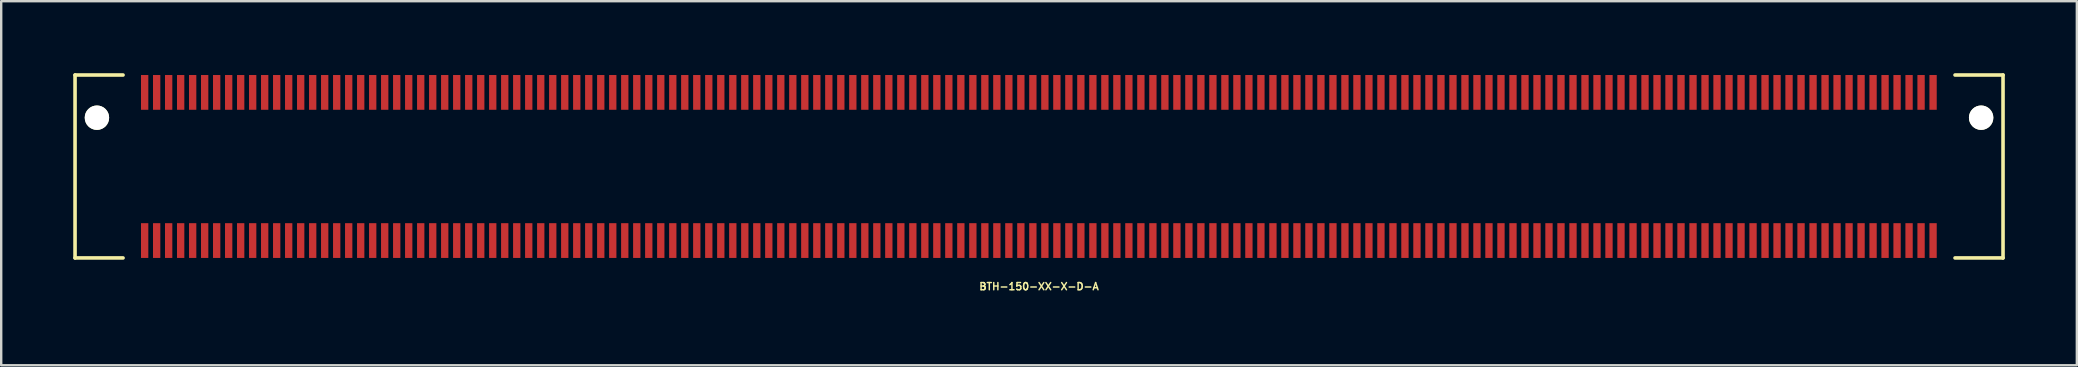
<source format=kicad_pcb>
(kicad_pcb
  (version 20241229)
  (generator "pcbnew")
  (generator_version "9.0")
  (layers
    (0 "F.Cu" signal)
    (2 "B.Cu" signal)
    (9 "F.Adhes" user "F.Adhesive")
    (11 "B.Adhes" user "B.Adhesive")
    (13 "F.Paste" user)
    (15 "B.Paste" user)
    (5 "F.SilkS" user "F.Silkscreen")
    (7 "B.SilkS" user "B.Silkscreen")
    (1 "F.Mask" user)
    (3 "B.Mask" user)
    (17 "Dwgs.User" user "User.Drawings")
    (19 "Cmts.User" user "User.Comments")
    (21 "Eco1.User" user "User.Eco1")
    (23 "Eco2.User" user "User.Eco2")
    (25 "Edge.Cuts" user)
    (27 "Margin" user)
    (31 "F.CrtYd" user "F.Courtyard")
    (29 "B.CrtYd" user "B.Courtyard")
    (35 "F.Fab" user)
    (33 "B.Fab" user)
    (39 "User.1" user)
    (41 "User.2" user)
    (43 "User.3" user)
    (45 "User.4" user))
  (footprint "BTH-150-XX-X-D-A"
    (layer "F.Cu")
    (at 40.233 3.885)
    (property "Reference" "BTH-150-XX-X-D-A" (at 0 5 0) (layer "F.SilkS") (effects (font (size 0.3 0.3) (thickness 0.061))))
    (attr smd)
    (fp_line (start -40.157 -3.81) (end -40.157 3.81) (stroke (width 0.15) (type solid)) (layer "F.SilkS"))
    (fp_line (start -40.157 3.81) (end -38.157 3.81) (stroke (width 0.15) (type solid)) (layer "F.SilkS"))
    (fp_line (start -38.157 -3.81) (end -40.157 -3.81) (stroke (width 0.15) (type solid)) (layer "F.SilkS"))
    (fp_line (start 38.157 -3.81) (end 40.157 -3.81) (stroke (width 0.15) (type solid)) (layer "F.SilkS"))
    (fp_line (start 40.157 -3.81) (end 40.157 3.81) (stroke (width 0.15) (type solid)) (layer "F.SilkS"))
    (fp_line (start 40.157 3.81) (end 38.157 3.81) (stroke (width 0.15) (type solid)) (layer "F.SilkS"))
    (pad "" np_thru_hole circle (at -39.245 -2.032) (size 1.016 1.016) (drill 1.016) (layers "*.Cu" "*.Mask" "F.SilkS"))
    (pad "" np_thru_hole circle (at 39.245 -2.032) (size 1.016 1.016) (drill 1.016) (layers "*.Cu" "*.Mask" "F.SilkS"))
    (pad "1" smd rect (at -37.257 -3.086) (size 0.305 1.448) (layers "F.Cu" "F.Mask" "F.Paste"))
    (pad "2" smd rect (at -37.257 3.086) (size 0.305 1.448) (layers "F.Cu" "F.Mask" "F.Paste"))
    (pad "3" smd rect (at -36.757 -3.086) (size 0.305 1.448) (layers "F.Cu" "F.Mask" "F.Paste"))
    (pad "4" smd rect (at -36.757 3.086) (size 0.305 1.448) (layers "F.Cu" "F.Mask" "F.Paste"))
    (pad "5" smd rect (at -36.257 -3.086) (size 0.305 1.448) (layers "F.Cu" "F.Mask" "F.Paste"))
    (pad "6" smd rect (at -36.257 3.086) (size 0.305 1.448) (layers "F.Cu" "F.Mask" "F.Paste"))
    (pad "7" smd rect (at -35.757 -3.086) (size 0.305 1.448) (layers "F.Cu" "F.Mask" "F.Paste"))
    (pad "8" smd rect (at -35.757 3.086) (size 0.305 1.448) (layers "F.Cu" "F.Mask" "F.Paste"))
    (pad "9" smd rect (at -35.257 -3.086) (size 0.305 1.448) (layers "F.Cu" "F.Mask" "F.Paste"))
    (pad "10" smd rect (at -35.257 3.086) (size 0.305 1.448) (layers "F.Cu" "F.Mask" "F.Paste"))
    (pad "11" smd rect (at -34.757 -3.086) (size 0.305 1.448) (layers "F.Cu" "F.Mask" "F.Paste"))
    (pad "12" smd rect (at -34.757 3.086) (size 0.305 1.448) (layers "F.Cu" "F.Mask" "F.Paste"))
    (pad "13" smd rect (at -34.257 -3.086) (size 0.305 1.448) (layers "F.Cu" "F.Mask" "F.Paste"))
    (pad "14" smd rect (at -34.257 3.086) (size 0.305 1.448) (layers "F.Cu" "F.Mask" "F.Paste"))
    (pad "15" smd rect (at -33.757 -3.086) (size 0.305 1.448) (layers "F.Cu" "F.Mask" "F.Paste"))
    (pad "16" smd rect (at -33.757 3.086) (size 0.305 1.448) (layers "F.Cu" "F.Mask" "F.Paste"))
    (pad "17" smd rect (at -33.257 -3.086) (size 0.305 1.448) (layers "F.Cu" "F.Mask" "F.Paste"))
    (pad "18" smd rect (at -33.257 3.086) (size 0.305 1.448) (layers "F.Cu" "F.Mask" "F.Paste"))
    (pad "19" smd rect (at -32.757 -3.086) (size 0.305 1.448) (layers "F.Cu" "F.Mask" "F.Paste"))
    (pad "20" smd rect (at -32.757 3.086) (size 0.305 1.448) (layers "F.Cu" "F.Mask" "F.Paste"))
    (pad "21" smd rect (at -32.257 -3.086) (size 0.305 1.448) (layers "F.Cu" "F.Mask" "F.Paste"))
    (pad "22" smd rect (at -32.257 3.086) (size 0.305 1.448) (layers "F.Cu" "F.Mask" "F.Paste"))
    (pad "23" smd rect (at -31.757 -3.086) (size 0.305 1.448) (layers "F.Cu" "F.Mask" "F.Paste"))
    (pad "24" smd rect (at -31.757 3.086) (size 0.305 1.448) (layers "F.Cu" "F.Mask" "F.Paste"))
    (pad "25" smd rect (at -31.257 -3.086) (size 0.305 1.448) (layers "F.Cu" "F.Mask" "F.Paste"))
    (pad "26" smd rect (at -31.257 3.086) (size 0.305 1.448) (layers "F.Cu" "F.Mask" "F.Paste"))
    (pad "27" smd rect (at -30.757 -3.086) (size 0.305 1.448) (layers "F.Cu" "F.Mask" "F.Paste"))
    (pad "28" smd rect (at -30.757 3.086) (size 0.305 1.448) (layers "F.Cu" "F.Mask" "F.Paste"))
    (pad "29" smd rect (at -30.257 -3.086) (size 0.305 1.448) (layers "F.Cu" "F.Mask" "F.Paste"))
    (pad "30" smd rect (at -30.257 3.086) (size 0.305 1.448) (layers "F.Cu" "F.Mask" "F.Paste"))
    (pad "31" smd rect (at -29.757 -3.086) (size 0.305 1.448) (layers "F.Cu" "F.Mask" "F.Paste"))
    (pad "32" smd rect (at -29.757 3.086) (size 0.305 1.448) (layers "F.Cu" "F.Mask" "F.Paste"))
    (pad "33" smd rect (at -29.257 -3.086) (size 0.305 1.448) (layers "F.Cu" "F.Mask" "F.Paste"))
    (pad "34" smd rect (at -29.257 3.086) (size 0.305 1.448) (layers "F.Cu" "F.Mask" "F.Paste"))
    (pad "35" smd rect (at -28.757 -3.086) (size 0.305 1.448) (layers "F.Cu" "F.Mask" "F.Paste"))
    (pad "36" smd rect (at -28.757 3.086) (size 0.305 1.448) (layers "F.Cu" "F.Mask" "F.Paste"))
    (pad "37" smd rect (at -28.257 -3.086) (size 0.305 1.448) (layers "F.Cu" "F.Mask" "F.Paste"))
    (pad "38" smd rect (at -28.257 3.086) (size 0.305 1.448) (layers "F.Cu" "F.Mask" "F.Paste"))
    (pad "39" smd rect (at -27.757 -3.086) (size 0.305 1.448) (layers "F.Cu" "F.Mask" "F.Paste"))
    (pad "40" smd rect (at -27.757 3.086) (size 0.305 1.448) (layers "F.Cu" "F.Mask" "F.Paste"))
    (pad "41" smd rect (at -27.257 -3.086) (size 0.305 1.448) (layers "F.Cu" "F.Mask" "F.Paste"))
    (pad "42" smd rect (at -27.257 3.086) (size 0.305 1.448) (layers "F.Cu" "F.Mask" "F.Paste"))
    (pad "43" smd rect (at -26.757 -3.086) (size 0.305 1.448) (layers "F.Cu" "F.Mask" "F.Paste"))
    (pad "44" smd rect (at -26.757 3.086) (size 0.305 1.448) (layers "F.Cu" "F.Mask" "F.Paste"))
    (pad "45" smd rect (at -26.257 -3.086) (size 0.305 1.448) (layers "F.Cu" "F.Mask" "F.Paste"))
    (pad "46" smd rect (at -26.257 3.086) (size 0.305 1.448) (layers "F.Cu" "F.Mask" "F.Paste"))
    (pad "47" smd rect (at -25.757 -3.086) (size 0.305 1.448) (layers "F.Cu" "F.Mask" "F.Paste"))
    (pad "48" smd rect (at -25.757 3.086) (size 0.305 1.448) (layers "F.Cu" "F.Mask" "F.Paste"))
    (pad "49" smd rect (at -25.257 -3.086) (size 0.305 1.448) (layers "F.Cu" "F.Mask" "F.Paste"))
    (pad "50" smd rect (at -25.257 3.086) (size 0.305 1.448) (layers "F.Cu" "F.Mask" "F.Paste"))
    (pad "51" smd rect (at -24.757 -3.086) (size 0.305 1.448) (layers "F.Cu" "F.Mask" "F.Paste"))
    (pad "52" smd rect (at -24.757 3.086) (size 0.305 1.448) (layers "F.Cu" "F.Mask" "F.Paste"))
    (pad "53" smd rect (at -24.257 -3.086) (size 0.305 1.448) (layers "F.Cu" "F.Mask" "F.Paste"))
    (pad "54" smd rect (at -24.257 3.086) (size 0.305 1.448) (layers "F.Cu" "F.Mask" "F.Paste"))
    (pad "55" smd rect (at -23.757 -3.086) (size 0.305 1.448) (layers "F.Cu" "F.Mask" "F.Paste"))
    (pad "56" smd rect (at -23.757 3.086) (size 0.305 1.448) (layers "F.Cu" "F.Mask" "F.Paste"))
    (pad "57" smd rect (at -23.257 -3.086) (size 0.305 1.448) (layers "F.Cu" "F.Mask" "F.Paste"))
    (pad "58" smd rect (at -23.257 3.086) (size 0.305 1.448) (layers "F.Cu" "F.Mask" "F.Paste"))
    (pad "59" smd rect (at -22.757 -3.086) (size 0.305 1.448) (layers "F.Cu" "F.Mask" "F.Paste"))
    (pad "60" smd rect (at -22.757 3.086) (size 0.305 1.448) (layers "F.Cu" "F.Mask" "F.Paste"))
    (pad "61" smd rect (at -22.257 -3.086) (size 0.305 1.448) (layers "F.Cu" "F.Mask" "F.Paste"))
    (pad "62" smd rect (at -22.257 3.086) (size 0.305 1.448) (layers "F.Cu" "F.Mask" "F.Paste"))
    (pad "63" smd rect (at -21.757 -3.086) (size 0.305 1.448) (layers "F.Cu" "F.Mask" "F.Paste"))
    (pad "64" smd rect (at -21.757 3.086) (size 0.305 1.448) (layers "F.Cu" "F.Mask" "F.Paste"))
    (pad "65" smd rect (at -21.257 -3.086) (size 0.305 1.448) (layers "F.Cu" "F.Mask" "F.Paste"))
    (pad "66" smd rect (at -21.257 3.086) (size 0.305 1.448) (layers "F.Cu" "F.Mask" "F.Paste"))
    (pad "67" smd rect (at -20.757 -3.086) (size 0.305 1.448) (layers "F.Cu" "F.Mask" "F.Paste"))
    (pad "68" smd rect (at -20.757 3.086) (size 0.305 1.448) (layers "F.Cu" "F.Mask" "F.Paste"))
    (pad "69" smd rect (at -20.257 -3.086) (size 0.305 1.448) (layers "F.Cu" "F.Mask" "F.Paste"))
    (pad "70" smd rect (at -20.257 3.086) (size 0.305 1.448) (layers "F.Cu" "F.Mask" "F.Paste"))
    (pad "71" smd rect (at -19.757 -3.086) (size 0.305 1.448) (layers "F.Cu" "F.Mask" "F.Paste"))
    (pad "72" smd rect (at -19.757 3.086) (size 0.305 1.448) (layers "F.Cu" "F.Mask" "F.Paste"))
    (pad "73" smd rect (at -19.257 -3.086) (size 0.305 1.448) (layers "F.Cu" "F.Mask" "F.Paste"))
    (pad "74" smd rect (at -19.257 3.086) (size 0.305 1.448) (layers "F.Cu" "F.Mask" "F.Paste"))
    (pad "75" smd rect (at -18.757 -3.086) (size 0.305 1.448) (layers "F.Cu" "F.Mask" "F.Paste"))
    (pad "76" smd rect (at -18.757 3.086) (size 0.305 1.448) (layers "F.Cu" "F.Mask" "F.Paste"))
    (pad "77" smd rect (at -18.257 -3.086) (size 0.305 1.448) (layers "F.Cu" "F.Mask" "F.Paste"))
    (pad "78" smd rect (at -18.257 3.086) (size 0.305 1.448) (layers "F.Cu" "F.Mask" "F.Paste"))
    (pad "79" smd rect (at -17.757 -3.086) (size 0.305 1.448) (layers "F.Cu" "F.Mask" "F.Paste"))
    (pad "80" smd rect (at -17.757 3.086) (size 0.305 1.448) (layers "F.Cu" "F.Mask" "F.Paste"))
    (pad "81" smd rect (at -17.257 -3.086) (size 0.305 1.448) (layers "F.Cu" "F.Mask" "F.Paste"))
    (pad "82" smd rect (at -17.257 3.086) (size 0.305 1.448) (layers "F.Cu" "F.Mask" "F.Paste"))
    (pad "83" smd rect (at -16.757 -3.086) (size 0.305 1.448) (layers "F.Cu" "F.Mask" "F.Paste"))
    (pad "84" smd rect (at -16.757 3.086) (size 0.305 1.448) (layers "F.Cu" "F.Mask" "F.Paste"))
    (pad "85" smd rect (at -16.257 -3.086) (size 0.305 1.448) (layers "F.Cu" "F.Mask" "F.Paste"))
    (pad "86" smd rect (at -16.257 3.086) (size 0.305 1.448) (layers "F.Cu" "F.Mask" "F.Paste"))
    (pad "87" smd rect (at -15.757 -3.086) (size 0.305 1.448) (layers "F.Cu" "F.Mask" "F.Paste"))
    (pad "88" smd rect (at -15.757 3.086) (size 0.305 1.448) (layers "F.Cu" "F.Mask" "F.Paste"))
    (pad "89" smd rect (at -15.257 -3.086) (size 0.305 1.448) (layers "F.Cu" "F.Mask" "F.Paste"))
    (pad "90" smd rect (at -15.257 3.086) (size 0.305 1.448) (layers "F.Cu" "F.Mask" "F.Paste"))
    (pad "91" smd rect (at -14.757 -3.086) (size 0.305 1.448) (layers "F.Cu" "F.Mask" "F.Paste"))
    (pad "92" smd rect (at -14.757 3.086) (size 0.305 1.448) (layers "F.Cu" "F.Mask" "F.Paste"))
    (pad "93" smd rect (at -14.257 -3.086) (size 0.305 1.448) (layers "F.Cu" "F.Mask" "F.Paste"))
    (pad "94" smd rect (at -14.257 3.086) (size 0.305 1.448) (layers "F.Cu" "F.Mask" "F.Paste"))
    (pad "95" smd rect (at -13.757 -3.086) (size 0.305 1.448) (layers "F.Cu" "F.Mask" "F.Paste"))
    (pad "96" smd rect (at -13.757 3.086) (size 0.305 1.448) (layers "F.Cu" "F.Mask" "F.Paste"))
    (pad "97" smd rect (at -13.257 -3.086) (size 0.305 1.448) (layers "F.Cu" "F.Mask" "F.Paste"))
    (pad "98" smd rect (at -13.257 3.086) (size 0.305 1.448) (layers "F.Cu" "F.Mask" "F.Paste"))
    (pad "99" smd rect (at -12.757 -3.086) (size 0.305 1.448) (layers "F.Cu" "F.Mask" "F.Paste"))
    (pad "100" smd rect (at -12.757 3.086) (size 0.305 1.448) (layers "F.Cu" "F.Mask" "F.Paste"))
    (pad "101" smd rect (at -12.257 -3.086) (size 0.305 1.448) (layers "F.Cu" "F.Mask" "F.Paste"))
    (pad "102" smd rect (at -12.257 3.086) (size 0.305 1.448) (layers "F.Cu" "F.Mask" "F.Paste"))
    (pad "103" smd rect (at -11.757 -3.086) (size 0.305 1.448) (layers "F.Cu" "F.Mask" "F.Paste"))
    (pad "104" smd rect (at -11.757 3.086) (size 0.305 1.448) (layers "F.Cu" "F.Mask" "F.Paste"))
    (pad "105" smd rect (at -11.257 -3.086) (size 0.305 1.448) (layers "F.Cu" "F.Mask" "F.Paste"))
    (pad "106" smd rect (at -11.257 3.086) (size 0.305 1.448) (layers "F.Cu" "F.Mask" "F.Paste"))
    (pad "107" smd rect (at -10.757 -3.086) (size 0.305 1.448) (layers "F.Cu" "F.Mask" "F.Paste"))
    (pad "108" smd rect (at -10.757 3.086) (size 0.305 1.448) (layers "F.Cu" "F.Mask" "F.Paste"))
    (pad "109" smd rect (at -10.257 -3.086) (size 0.305 1.448) (layers "F.Cu" "F.Mask" "F.Paste"))
    (pad "110" smd rect (at -10.257 3.086) (size 0.305 1.448) (layers "F.Cu" "F.Mask" "F.Paste"))
    (pad "111" smd rect (at -9.757 -3.086) (size 0.305 1.448) (layers "F.Cu" "F.Mask" "F.Paste"))
    (pad "112" smd rect (at -9.757 3.086) (size 0.305 1.448) (layers "F.Cu" "F.Mask" "F.Paste"))
    (pad "113" smd rect (at -9.257 -3.086) (size 0.305 1.448) (layers "F.Cu" "F.Mask" "F.Paste"))
    (pad "114" smd rect (at -9.257 3.086) (size 0.305 1.448) (layers "F.Cu" "F.Mask" "F.Paste"))
    (pad "115" smd rect (at -8.757 -3.086) (size 0.305 1.448) (layers "F.Cu" "F.Mask" "F.Paste"))
    (pad "116" smd rect (at -8.757 3.086) (size 0.305 1.448) (layers "F.Cu" "F.Mask" "F.Paste"))
    (pad "117" smd rect (at -8.257 -3.086) (size 0.305 1.448) (layers "F.Cu" "F.Mask" "F.Paste"))
    (pad "118" smd rect (at -8.257 3.086) (size 0.305 1.448) (layers "F.Cu" "F.Mask" "F.Paste"))
    (pad "119" smd rect (at -7.757 -3.086) (size 0.305 1.448) (layers "F.Cu" "F.Mask" "F.Paste"))
    (pad "120" smd rect (at -7.757 3.086) (size 0.305 1.448) (layers "F.Cu" "F.Mask" "F.Paste"))
    (pad "121" smd rect (at -7.257 -3.086) (size 0.305 1.448) (layers "F.Cu" "F.Mask" "F.Paste"))
    (pad "122" smd rect (at -7.257 3.086) (size 0.305 1.448) (layers "F.Cu" "F.Mask" "F.Paste"))
    (pad "123" smd rect (at -6.757 -3.086) (size 0.305 1.448) (layers "F.Cu" "F.Mask" "F.Paste"))
    (pad "124" smd rect (at -6.757 3.086) (size 0.305 1.448) (layers "F.Cu" "F.Mask" "F.Paste"))
    (pad "125" smd rect (at -6.257 -3.086) (size 0.305 1.448) (layers "F.Cu" "F.Mask" "F.Paste"))
    (pad "126" smd rect (at -6.257 3.086) (size 0.305 1.448) (layers "F.Cu" "F.Mask" "F.Paste"))
    (pad "127" smd rect (at -5.757 -3.086) (size 0.305 1.448) (layers "F.Cu" "F.Mask" "F.Paste"))
    (pad "128" smd rect (at -5.757 3.086) (size 0.305 1.448) (layers "F.Cu" "F.Mask" "F.Paste"))
    (pad "129" smd rect (at -5.257 -3.086) (size 0.305 1.448) (layers "F.Cu" "F.Mask" "F.Paste"))
    (pad "130" smd rect (at -5.257 3.086) (size 0.305 1.448) (layers "F.Cu" "F.Mask" "F.Paste"))
    (pad "131" smd rect (at -4.757 -3.086) (size 0.305 1.448) (layers "F.Cu" "F.Mask" "F.Paste"))
    (pad "132" smd rect (at -4.757 3.086) (size 0.305 1.448) (layers "F.Cu" "F.Mask" "F.Paste"))
    (pad "133" smd rect (at -4.257 -3.086) (size 0.305 1.448) (layers "F.Cu" "F.Mask" "F.Paste"))
    (pad "134" smd rect (at -4.257 3.086) (size 0.305 1.448) (layers "F.Cu" "F.Mask" "F.Paste"))
    (pad "135" smd rect (at -3.757 -3.086) (size 0.305 1.448) (layers "F.Cu" "F.Mask" "F.Paste"))
    (pad "136" smd rect (at -3.757 3.086) (size 0.305 1.448) (layers "F.Cu" "F.Mask" "F.Paste"))
    (pad "137" smd rect (at -3.257 -3.086) (size 0.305 1.448) (layers "F.Cu" "F.Mask" "F.Paste"))
    (pad "138" smd rect (at -3.257 3.086) (size 0.305 1.448) (layers "F.Cu" "F.Mask" "F.Paste"))
    (pad "139" smd rect (at -2.757 -3.086) (size 0.305 1.448) (layers "F.Cu" "F.Mask" "F.Paste"))
    (pad "140" smd rect (at -2.757 3.086) (size 0.305 1.448) (layers "F.Cu" "F.Mask" "F.Paste"))
    (pad "141" smd rect (at -2.257 -3.086) (size 0.305 1.448) (layers "F.Cu" "F.Mask" "F.Paste"))
    (pad "142" smd rect (at -2.257 3.086) (size 0.305 1.448) (layers "F.Cu" "F.Mask" "F.Paste"))
    (pad "143" smd rect (at -1.757 -3.086) (size 0.305 1.448) (layers "F.Cu" "F.Mask" "F.Paste"))
    (pad "144" smd rect (at -1.757 3.086) (size 0.305 1.448) (layers "F.Cu" "F.Mask" "F.Paste"))
    (pad "145" smd rect (at -1.257 -3.086) (size 0.305 1.448) (layers "F.Cu" "F.Mask" "F.Paste"))
    (pad "146" smd rect (at -1.257 3.086) (size 0.305 1.448) (layers "F.Cu" "F.Mask" "F.Paste"))
    (pad "147" smd rect (at -0.757 -3.086) (size 0.305 1.448) (layers "F.Cu" "F.Mask" "F.Paste"))
    (pad "148" smd rect (at -0.757 3.086) (size 0.305 1.448) (layers "F.Cu" "F.Mask" "F.Paste"))
    (pad "149" smd rect (at -0.257 -3.086) (size 0.305 1.448) (layers "F.Cu" "F.Mask" "F.Paste"))
    (pad "150" smd rect (at -0.257 3.086) (size 0.305 1.448) (layers "F.Cu" "F.Mask" "F.Paste"))
    (pad "151" smd rect (at 0.243 -3.086) (size 0.305 1.448) (layers "F.Cu" "F.Mask" "F.Paste"))
    (pad "152" smd rect (at 0.243 3.086) (size 0.305 1.448) (layers "F.Cu" "F.Mask" "F.Paste"))
    (pad "153" smd rect (at 0.743 -3.086) (size 0.305 1.448) (layers "F.Cu" "F.Mask" "F.Paste"))
    (pad "154" smd rect (at 0.743 3.086) (size 0.305 1.448) (layers "F.Cu" "F.Mask" "F.Paste"))
    (pad "155" smd rect (at 1.243 -3.086) (size 0.305 1.448) (layers "F.Cu" "F.Mask" "F.Paste"))
    (pad "156" smd rect (at 1.243 3.086) (size 0.305 1.448) (layers "F.Cu" "F.Mask" "F.Paste"))
    (pad "157" smd rect (at 1.743 -3.086) (size 0.305 1.448) (layers "F.Cu" "F.Mask" "F.Paste"))
    (pad "158" smd rect (at 1.743 3.086) (size 0.305 1.448) (layers "F.Cu" "F.Mask" "F.Paste"))
    (pad "159" smd rect (at 2.243 -3.086) (size 0.305 1.448) (layers "F.Cu" "F.Mask" "F.Paste"))
    (pad "160" smd rect (at 2.243 3.086) (size 0.305 1.448) (layers "F.Cu" "F.Mask" "F.Paste"))
    (pad "161" smd rect (at 2.743 -3.086) (size 0.305 1.448) (layers "F.Cu" "F.Mask" "F.Paste"))
    (pad "162" smd rect (at 2.743 3.086) (size 0.305 1.448) (layers "F.Cu" "F.Mask" "F.Paste"))
    (pad "163" smd rect (at 3.243 -3.086) (size 0.305 1.448) (layers "F.Cu" "F.Mask" "F.Paste"))
    (pad "164" smd rect (at 3.243 3.086) (size 0.305 1.448) (layers "F.Cu" "F.Mask" "F.Paste"))
    (pad "165" smd rect (at 3.743 -3.086) (size 0.305 1.448) (layers "F.Cu" "F.Mask" "F.Paste"))
    (pad "166" smd rect (at 3.743 3.086) (size 0.305 1.448) (layers "F.Cu" "F.Mask" "F.Paste"))
    (pad "167" smd rect (at 4.243 -3.086) (size 0.305 1.448) (layers "F.Cu" "F.Mask" "F.Paste"))
    (pad "168" smd rect (at 4.243 3.086) (size 0.305 1.448) (layers "F.Cu" "F.Mask" "F.Paste"))
    (pad "169" smd rect (at 4.743 -3.086) (size 0.305 1.448) (layers "F.Cu" "F.Mask" "F.Paste"))
    (pad "170" smd rect (at 4.743 3.086) (size 0.305 1.448) (layers "F.Cu" "F.Mask" "F.Paste"))
    (pad "171" smd rect (at 5.243 -3.086) (size 0.305 1.448) (layers "F.Cu" "F.Mask" "F.Paste"))
    (pad "172" smd rect (at 5.243 3.086) (size 0.305 1.448) (layers "F.Cu" "F.Mask" "F.Paste"))
    (pad "173" smd rect (at 5.743 -3.086) (size 0.305 1.448) (layers "F.Cu" "F.Mask" "F.Paste"))
    (pad "174" smd rect (at 5.743 3.086) (size 0.305 1.448) (layers "F.Cu" "F.Mask" "F.Paste"))
    (pad "175" smd rect (at 6.243 -3.086) (size 0.305 1.448) (layers "F.Cu" "F.Mask" "F.Paste"))
    (pad "176" smd rect (at 6.243 3.086) (size 0.305 1.448) (layers "F.Cu" "F.Mask" "F.Paste"))
    (pad "177" smd rect (at 6.743 -3.086) (size 0.305 1.448) (layers "F.Cu" "F.Mask" "F.Paste"))
    (pad "178" smd rect (at 6.743 3.086) (size 0.305 1.448) (layers "F.Cu" "F.Mask" "F.Paste"))
    (pad "179" smd rect (at 7.243 -3.086) (size 0.305 1.448) (layers "F.Cu" "F.Mask" "F.Paste"))
    (pad "180" smd rect (at 7.243 3.086) (size 0.305 1.448) (layers "F.Cu" "F.Mask" "F.Paste"))
    (pad "181" smd rect (at 7.743 -3.086) (size 0.305 1.448) (layers "F.Cu" "F.Mask" "F.Paste"))
    (pad "182" smd rect (at 7.743 3.086) (size 0.305 1.448) (layers "F.Cu" "F.Mask" "F.Paste"))
    (pad "183" smd rect (at 8.243 -3.086) (size 0.305 1.448) (layers "F.Cu" "F.Mask" "F.Paste"))
    (pad "184" smd rect (at 8.243 3.086) (size 0.305 1.448) (layers "F.Cu" "F.Mask" "F.Paste"))
    (pad "185" smd rect (at 8.743 -3.086) (size 0.305 1.448) (layers "F.Cu" "F.Mask" "F.Paste"))
    (pad "186" smd rect (at 8.743 3.086) (size 0.305 1.448) (layers "F.Cu" "F.Mask" "F.Paste"))
    (pad "187" smd rect (at 9.243 -3.086) (size 0.305 1.448) (layers "F.Cu" "F.Mask" "F.Paste"))
    (pad "188" smd rect (at 9.243 3.086) (size 0.305 1.448) (layers "F.Cu" "F.Mask" "F.Paste"))
    (pad "189" smd rect (at 9.743 -3.086) (size 0.305 1.448) (layers "F.Cu" "F.Mask" "F.Paste"))
    (pad "190" smd rect (at 9.743 3.086) (size 0.305 1.448) (layers "F.Cu" "F.Mask" "F.Paste"))
    (pad "191" smd rect (at 10.243 -3.086) (size 0.305 1.448) (layers "F.Cu" "F.Mask" "F.Paste"))
    (pad "192" smd rect (at 10.243 3.086) (size 0.305 1.448) (layers "F.Cu" "F.Mask" "F.Paste"))
    (pad "193" smd rect (at 10.743 -3.086) (size 0.305 1.448) (layers "F.Cu" "F.Mask" "F.Paste"))
    (pad "194" smd rect (at 10.743 3.086) (size 0.305 1.448) (layers "F.Cu" "F.Mask" "F.Paste"))
    (pad "195" smd rect (at 11.243 -3.086) (size 0.305 1.448) (layers "F.Cu" "F.Mask" "F.Paste"))
    (pad "196" smd rect (at 11.243 3.086) (size 0.305 1.448) (layers "F.Cu" "F.Mask" "F.Paste"))
    (pad "197" smd rect (at 11.743 -3.086) (size 0.305 1.448) (layers "F.Cu" "F.Mask" "F.Paste"))
    (pad "198" smd rect (at 11.743 3.086) (size 0.305 1.448) (layers "F.Cu" "F.Mask" "F.Paste"))
    (pad "199" smd rect (at 12.243 -3.086) (size 0.305 1.448) (layers "F.Cu" "F.Mask" "F.Paste"))
    (pad "200" smd rect (at 12.243 3.086) (size 0.305 1.448) (layers "F.Cu" "F.Mask" "F.Paste"))
    (pad "201" smd rect (at 12.743 -3.086) (size 0.305 1.448) (layers "F.Cu" "F.Mask" "F.Paste"))
    (pad "202" smd rect (at 12.743 3.086) (size 0.305 1.448) (layers "F.Cu" "F.Mask" "F.Paste"))
    (pad "203" smd rect (at 13.243 -3.086) (size 0.305 1.448) (layers "F.Cu" "F.Mask" "F.Paste"))
    (pad "204" smd rect (at 13.243 3.086) (size 0.305 1.448) (layers "F.Cu" "F.Mask" "F.Paste"))
    (pad "205" smd rect (at 13.743 -3.086) (size 0.305 1.448) (layers "F.Cu" "F.Mask" "F.Paste"))
    (pad "206" smd rect (at 13.743 3.086) (size 0.305 1.448) (layers "F.Cu" "F.Mask" "F.Paste"))
    (pad "207" smd rect (at 14.243 -3.086) (size 0.305 1.448) (layers "F.Cu" "F.Mask" "F.Paste"))
    (pad "208" smd rect (at 14.243 3.086) (size 0.305 1.448) (layers "F.Cu" "F.Mask" "F.Paste"))
    (pad "209" smd rect (at 14.743 -3.086) (size 0.305 1.448) (layers "F.Cu" "F.Mask" "F.Paste"))
    (pad "210" smd rect (at 14.743 3.086) (size 0.305 1.448) (layers "F.Cu" "F.Mask" "F.Paste"))
    (pad "211" smd rect (at 15.243 -3.086) (size 0.305 1.448) (layers "F.Cu" "F.Mask" "F.Paste"))
    (pad "212" smd rect (at 15.243 3.086) (size 0.305 1.448) (layers "F.Cu" "F.Mask" "F.Paste"))
    (pad "213" smd rect (at 15.743 -3.086) (size 0.305 1.448) (layers "F.Cu" "F.Mask" "F.Paste"))
    (pad "214" smd rect (at 15.743 3.086) (size 0.305 1.448) (layers "F.Cu" "F.Mask" "F.Paste"))
    (pad "215" smd rect (at 16.243 -3.086) (size 0.305 1.448) (layers "F.Cu" "F.Mask" "F.Paste"))
    (pad "216" smd rect (at 16.243 3.086) (size 0.305 1.448) (layers "F.Cu" "F.Mask" "F.Paste"))
    (pad "217" smd rect (at 16.743 -3.086) (size 0.305 1.448) (layers "F.Cu" "F.Mask" "F.Paste"))
    (pad "218" smd rect (at 16.743 3.086) (size 0.305 1.448) (layers "F.Cu" "F.Mask" "F.Paste"))
    (pad "219" smd rect (at 17.243 -3.086) (size 0.305 1.448) (layers "F.Cu" "F.Mask" "F.Paste"))
    (pad "220" smd rect (at 17.243 3.086) (size 0.305 1.448) (layers "F.Cu" "F.Mask" "F.Paste"))
    (pad "221" smd rect (at 17.743 -3.086) (size 0.305 1.448) (layers "F.Cu" "F.Mask" "F.Paste"))
    (pad "222" smd rect (at 17.743 3.086) (size 0.305 1.448) (layers "F.Cu" "F.Mask" "F.Paste"))
    (pad "223" smd rect (at 18.243 -3.086) (size 0.305 1.448) (layers "F.Cu" "F.Mask" "F.Paste"))
    (pad "224" smd rect (at 18.243 3.086) (size 0.305 1.448) (layers "F.Cu" "F.Mask" "F.Paste"))
    (pad "225" smd rect (at 18.743 -3.086) (size 0.305 1.448) (layers "F.Cu" "F.Mask" "F.Paste"))
    (pad "226" smd rect (at 18.743 3.086) (size 0.305 1.448) (layers "F.Cu" "F.Mask" "F.Paste"))
    (pad "227" smd rect (at 19.243 -3.086) (size 0.305 1.448) (layers "F.Cu" "F.Mask" "F.Paste"))
    (pad "228" smd rect (at 19.243 3.086) (size 0.305 1.448) (layers "F.Cu" "F.Mask" "F.Paste"))
    (pad "229" smd rect (at 19.743 -3.086) (size 0.305 1.448) (layers "F.Cu" "F.Mask" "F.Paste"))
    (pad "230" smd rect (at 19.743 3.086) (size 0.305 1.448) (layers "F.Cu" "F.Mask" "F.Paste"))
    (pad "231" smd rect (at 20.243 -3.086) (size 0.305 1.448) (layers "F.Cu" "F.Mask" "F.Paste"))
    (pad "232" smd rect (at 20.243 3.086) (size 0.305 1.448) (layers "F.Cu" "F.Mask" "F.Paste"))
    (pad "233" smd rect (at 20.743 -3.086) (size 0.305 1.448) (layers "F.Cu" "F.Mask" "F.Paste"))
    (pad "234" smd rect (at 20.743 3.086) (size 0.305 1.448) (layers "F.Cu" "F.Mask" "F.Paste"))
    (pad "235" smd rect (at 21.243 -3.086) (size 0.305 1.448) (layers "F.Cu" "F.Mask" "F.Paste"))
    (pad "236" smd rect (at 21.243 3.086) (size 0.305 1.448) (layers "F.Cu" "F.Mask" "F.Paste"))
    (pad "237" smd rect (at 21.743 -3.086) (size 0.305 1.448) (layers "F.Cu" "F.Mask" "F.Paste"))
    (pad "238" smd rect (at 21.743 3.086) (size 0.305 1.448) (layers "F.Cu" "F.Mask" "F.Paste"))
    (pad "239" smd rect (at 22.243 -3.086) (size 0.305 1.448) (layers "F.Cu" "F.Mask" "F.Paste"))
    (pad "240" smd rect (at 22.243 3.086) (size 0.305 1.448) (layers "F.Cu" "F.Mask" "F.Paste"))
    (pad "241" smd rect (at 22.743 -3.086) (size 0.305 1.448) (layers "F.Cu" "F.Mask" "F.Paste"))
    (pad "242" smd rect (at 22.743 3.086) (size 0.305 1.448) (layers "F.Cu" "F.Mask" "F.Paste"))
    (pad "243" smd rect (at 23.243 -3.086) (size 0.305 1.448) (layers "F.Cu" "F.Mask" "F.Paste"))
    (pad "244" smd rect (at 23.243 3.086) (size 0.305 1.448) (layers "F.Cu" "F.Mask" "F.Paste"))
    (pad "245" smd rect (at 23.743 -3.086) (size 0.305 1.448) (layers "F.Cu" "F.Mask" "F.Paste"))
    (pad "246" smd rect (at 23.743 3.086) (size 0.305 1.448) (layers "F.Cu" "F.Mask" "F.Paste"))
    (pad "247" smd rect (at 24.243 -3.086) (size 0.305 1.448) (layers "F.Cu" "F.Mask" "F.Paste"))
    (pad "248" smd rect (at 24.243 3.086) (size 0.305 1.448) (layers "F.Cu" "F.Mask" "F.Paste"))
    (pad "249" smd rect (at 24.743 -3.086) (size 0.305 1.448) (layers "F.Cu" "F.Mask" "F.Paste"))
    (pad "250" smd rect (at 24.743 3.086) (size 0.305 1.448) (layers "F.Cu" "F.Mask" "F.Paste"))
    (pad "251" smd rect (at 25.243 -3.086) (size 0.305 1.448) (layers "F.Cu" "F.Mask" "F.Paste"))
    (pad "252" smd rect (at 25.243 3.086) (size 0.305 1.448) (layers "F.Cu" "F.Mask" "F.Paste"))
    (pad "253" smd rect (at 25.743 -3.086) (size 0.305 1.448) (layers "F.Cu" "F.Mask" "F.Paste"))
    (pad "254" smd rect (at 25.743 3.086) (size 0.305 1.448) (layers "F.Cu" "F.Mask" "F.Paste"))
    (pad "255" smd rect (at 26.243 -3.086) (size 0.305 1.448) (layers "F.Cu" "F.Mask" "F.Paste"))
    (pad "256" smd rect (at 26.243 3.086) (size 0.305 1.448) (layers "F.Cu" "F.Mask" "F.Paste"))
    (pad "257" smd rect (at 26.743 -3.086) (size 0.305 1.448) (layers "F.Cu" "F.Mask" "F.Paste"))
    (pad "258" smd rect (at 26.743 3.086) (size 0.305 1.448) (layers "F.Cu" "F.Mask" "F.Paste"))
    (pad "259" smd rect (at 27.243 -3.086) (size 0.305 1.448) (layers "F.Cu" "F.Mask" "F.Paste"))
    (pad "260" smd rect (at 27.243 3.086) (size 0.305 1.448) (layers "F.Cu" "F.Mask" "F.Paste"))
    (pad "261" smd rect (at 27.743 -3.086) (size 0.305 1.448) (layers "F.Cu" "F.Mask" "F.Paste"))
    (pad "262" smd rect (at 27.743 3.086) (size 0.305 1.448) (layers "F.Cu" "F.Mask" "F.Paste"))
    (pad "263" smd rect (at 28.243 -3.086) (size 0.305 1.448) (layers "F.Cu" "F.Mask" "F.Paste"))
    (pad "264" smd rect (at 28.243 3.086) (size 0.305 1.448) (layers "F.Cu" "F.Mask" "F.Paste"))
    (pad "265" smd rect (at 28.743 -3.086) (size 0.305 1.448) (layers "F.Cu" "F.Mask" "F.Paste"))
    (pad "266" smd rect (at 28.743 3.086) (size 0.305 1.448) (layers "F.Cu" "F.Mask" "F.Paste"))
    (pad "267" smd rect (at 29.243 -3.086) (size 0.305 1.448) (layers "F.Cu" "F.Mask" "F.Paste"))
    (pad "268" smd rect (at 29.243 3.086) (size 0.305 1.448) (layers "F.Cu" "F.Mask" "F.Paste"))
    (pad "269" smd rect (at 29.743 -3.086) (size 0.305 1.448) (layers "F.Cu" "F.Mask" "F.Paste"))
    (pad "270" smd rect (at 29.743 3.086) (size 0.305 1.448) (layers "F.Cu" "F.Mask" "F.Paste"))
    (pad "271" smd rect (at 30.243 -3.086) (size 0.305 1.448) (layers "F.Cu" "F.Mask" "F.Paste"))
    (pad "272" smd rect (at 30.243 3.086) (size 0.305 1.448) (layers "F.Cu" "F.Mask" "F.Paste"))
    (pad "273" smd rect (at 30.743 -3.086) (size 0.305 1.448) (layers "F.Cu" "F.Mask" "F.Paste"))
    (pad "274" smd rect (at 30.743 3.086) (size 0.305 1.448) (layers "F.Cu" "F.Mask" "F.Paste"))
    (pad "275" smd rect (at 31.243 -3.086) (size 0.305 1.448) (layers "F.Cu" "F.Mask" "F.Paste"))
    (pad "276" smd rect (at 31.243 3.086) (size 0.305 1.448) (layers "F.Cu" "F.Mask" "F.Paste"))
    (pad "277" smd rect (at 31.743 -3.086) (size 0.305 1.448) (layers "F.Cu" "F.Mask" "F.Paste"))
    (pad "278" smd rect (at 31.743 3.086) (size 0.305 1.448) (layers "F.Cu" "F.Mask" "F.Paste"))
    (pad "279" smd rect (at 32.243 -3.086) (size 0.305 1.448) (layers "F.Cu" "F.Mask" "F.Paste"))
    (pad "280" smd rect (at 32.243 3.086) (size 0.305 1.448) (layers "F.Cu" "F.Mask" "F.Paste"))
    (pad "281" smd rect (at 32.743 -3.086) (size 0.305 1.448) (layers "F.Cu" "F.Mask" "F.Paste"))
    (pad "282" smd rect (at 32.743 3.086) (size 0.305 1.448) (layers "F.Cu" "F.Mask" "F.Paste"))
    (pad "283" smd rect (at 33.243 -3.086) (size 0.305 1.448) (layers "F.Cu" "F.Mask" "F.Paste"))
    (pad "284" smd rect (at 33.243 3.086) (size 0.305 1.448) (layers "F.Cu" "F.Mask" "F.Paste"))
    (pad "285" smd rect (at 33.743 -3.086) (size 0.305 1.448) (layers "F.Cu" "F.Mask" "F.Paste"))
    (pad "286" smd rect (at 33.743 3.086) (size 0.305 1.448) (layers "F.Cu" "F.Mask" "F.Paste"))
    (pad "287" smd rect (at 34.243 -3.086) (size 0.305 1.448) (layers "F.Cu" "F.Mask" "F.Paste"))
    (pad "288" smd rect (at 34.243 3.086) (size 0.305 1.448) (layers "F.Cu" "F.Mask" "F.Paste"))
    (pad "289" smd rect (at 34.743 -3.086) (size 0.305 1.448) (layers "F.Cu" "F.Mask" "F.Paste"))
    (pad "290" smd rect (at 34.743 3.086) (size 0.305 1.448) (layers "F.Cu" "F.Mask" "F.Paste"))
    (pad "291" smd rect (at 35.243 -3.086) (size 0.305 1.448) (layers "F.Cu" "F.Mask" "F.Paste"))
    (pad "292" smd rect (at 35.243 3.086) (size 0.305 1.448) (layers "F.Cu" "F.Mask" "F.Paste"))
    (pad "293" smd rect (at 35.743 -3.086) (size 0.305 1.448) (layers "F.Cu" "F.Mask" "F.Paste"))
    (pad "294" smd rect (at 35.743 3.086) (size 0.305 1.448) (layers "F.Cu" "F.Mask" "F.Paste"))
    (pad "295" smd rect (at 36.243 -3.086) (size 0.305 1.448) (layers "F.Cu" "F.Mask" "F.Paste"))
    (pad "296" smd rect (at 36.243 3.086) (size 0.305 1.448) (layers "F.Cu" "F.Mask" "F.Paste"))
    (pad "297" smd rect (at 36.743 -3.086) (size 0.305 1.448) (layers "F.Cu" "F.Mask" "F.Paste"))
    (pad "298" smd rect (at 36.743 3.086) (size 0.305 1.448) (layers "F.Cu" "F.Mask" "F.Paste"))
    (pad "299" smd rect (at 37.243 -3.086) (size 0.305 1.448) (layers "F.Cu" "F.Mask" "F.Paste"))
    (pad "300" smd rect (at 37.243 3.086) (size 0.305 1.448) (layers "F.Cu" "F.Mask" "F.Paste")))
  (gr_rect
    (start -3 -3)
    (end 83.465 12.167)
    (stroke (width 0.1) (type default))
    (fill no)
    (layer "Edge.Cuts")))
</source>
